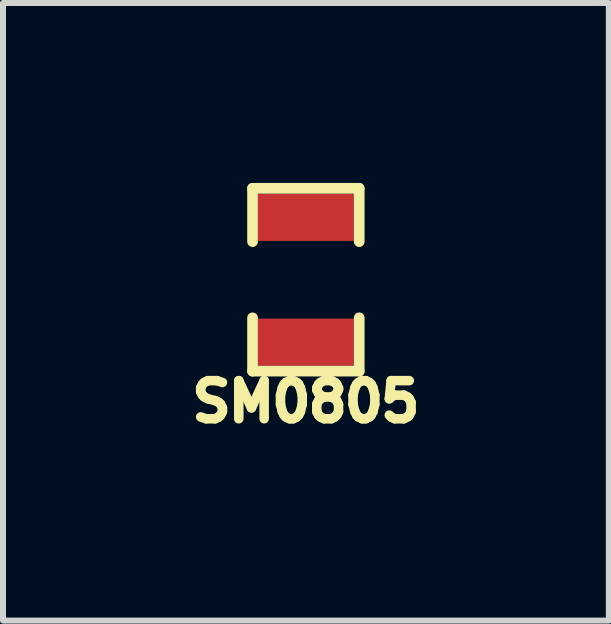
<source format=kicad_pcb>
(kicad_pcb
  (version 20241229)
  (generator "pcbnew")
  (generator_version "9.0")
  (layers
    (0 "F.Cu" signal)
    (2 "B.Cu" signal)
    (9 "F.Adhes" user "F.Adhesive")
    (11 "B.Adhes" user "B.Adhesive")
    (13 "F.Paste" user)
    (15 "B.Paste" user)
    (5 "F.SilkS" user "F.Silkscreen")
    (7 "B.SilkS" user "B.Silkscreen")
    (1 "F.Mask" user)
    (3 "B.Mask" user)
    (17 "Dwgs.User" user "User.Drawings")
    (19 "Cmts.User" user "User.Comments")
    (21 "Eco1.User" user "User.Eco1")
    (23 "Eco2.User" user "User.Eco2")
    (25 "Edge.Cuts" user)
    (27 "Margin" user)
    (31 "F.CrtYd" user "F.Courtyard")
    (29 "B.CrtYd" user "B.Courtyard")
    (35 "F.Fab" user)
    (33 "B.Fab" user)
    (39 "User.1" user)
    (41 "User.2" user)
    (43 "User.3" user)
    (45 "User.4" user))
  (footprint "SM0805"
    (layer "F.Cu")
    (at 2.049 1.613)
    (property "Reference" "SM0805" (at 0 2.032 180) (layer "F.SilkS") (effects (font (size 0.635 0.635) (thickness 0.159))))
    (attr smd)
    (fp_line (start -0.889 -1.524) (end -0.889 -0.635) (stroke (width 0.178) (type solid)) (layer "F.SilkS"))
    (fp_line (start -0.889 1.524) (end -0.889 0.635) (stroke (width 0.178) (type solid)) (layer "F.SilkS"))
    (fp_line (start 0.889 -1.524) (end -0.889 -1.524) (stroke (width 0.178) (type solid)) (layer "F.SilkS"))
    (fp_line (start 0.889 -0.635) (end 0.889 -1.524) (stroke (width 0.178) (type solid)) (layer "F.SilkS"))
    (fp_line (start 0.889 0.635) (end 0.889 1.524) (stroke (width 0.178) (type solid)) (layer "F.SilkS"))
    (fp_line (start 0.889 1.524) (end -0.889 1.524) (stroke (width 0.178) (type solid)) (layer "F.SilkS"))
    (pad "1" smd rect (at 0 -1.041 270) (size 0.787 1.6) (layers "F.Cu" "F.Mask" "F.Paste"))
    (pad "2" smd rect (at 0 1.041 270) (size 0.787 1.6) (layers "F.Cu" "F.Mask" "F.Paste")))
  (gr_rect
    (start -3 -3)
    (end 7.099 7.295)
    (stroke (width 0.1) (type default))
    (fill no)
    (layer "Edge.Cuts")))
</source>
